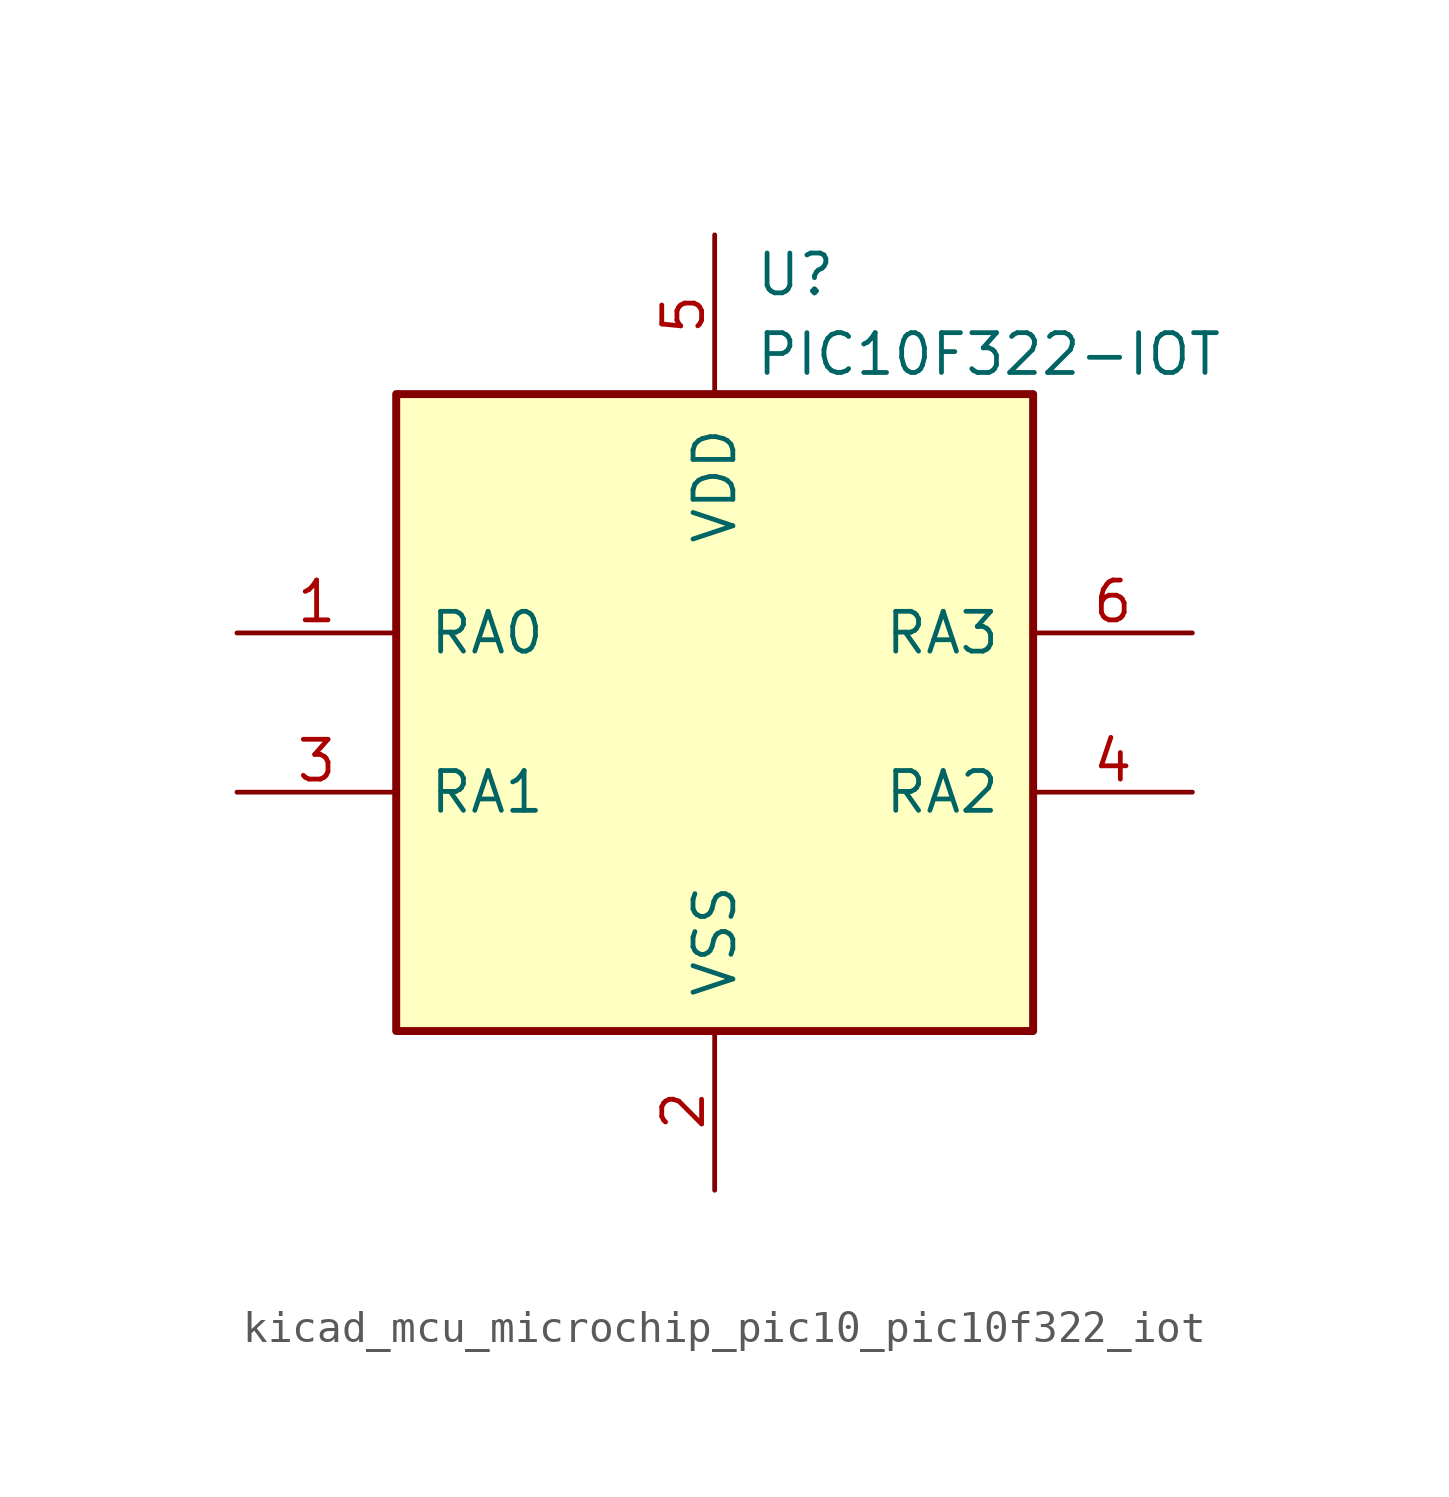
<source format=kicad_sym>
(kicad_symbol_lib
  (version 20220914)
  (generator kicad_symbol_editor)
  (symbol "kicad_mcu_microchip_pic10_pic10f322_iot"
    (pin_names
      (offset 1.016))
    (property "Reference" "U"
      (at 1.27 13.97 0)
      (effects (font (size 1.27 1.27)) (justify left)))
    (property "Value" "PIC10F322-IOT"
      (at 1.27 11.43 0)
      (effects (font (size 1.27 1.27)) (justify left)))
    (symbol "kicad_mcu_microchip_pic10_pic10f322_iot_0_1"
      (rectangle (start -10.16 10.16) (end 10.16 -10.16) (stroke (width 0.254) (type default)) (fill (type background))))
    (symbol "kicad_mcu_microchip_pic10_pic10f322_iot_1_1"
      (pin bidirectional line (at -15.24 2.54 0) (length 5.08) (name "RA0" (effects (font (size 1.27 1.27)))) (number "1" (effects (font (size 1.27 1.27)))))
      (pin power_in line (at 0 -15.24 90) (length 5.08) (name "VSS" (effects (font (size 1.27 1.27)))) (number "2" (effects (font (size 1.27 1.27)))))
      (pin bidirectional line (at -15.24 -2.54 0) (length 5.08) (name "RA1" (effects (font (size 1.27 1.27)))) (number "3" (effects (font (size 1.27 1.27)))))
      (pin bidirectional line (at 15.24 -2.54 180) (length 5.08) (name "RA2" (effects (font (size 1.27 1.27)))) (number "4" (effects (font (size 1.27 1.27)))))
      (pin power_in line (at 0 15.24 270) (length 5.08) (name "VDD" (effects (font (size 1.27 1.27)))) (number "5" (effects (font (size 1.27 1.27)))))
      (pin input line (at 15.24 2.54 180) (length 5.08) (name "RA3" (effects (font (size 1.27 1.27)))) (number "6" (effects (font (size 1.27 1.27))))))))
</source>
